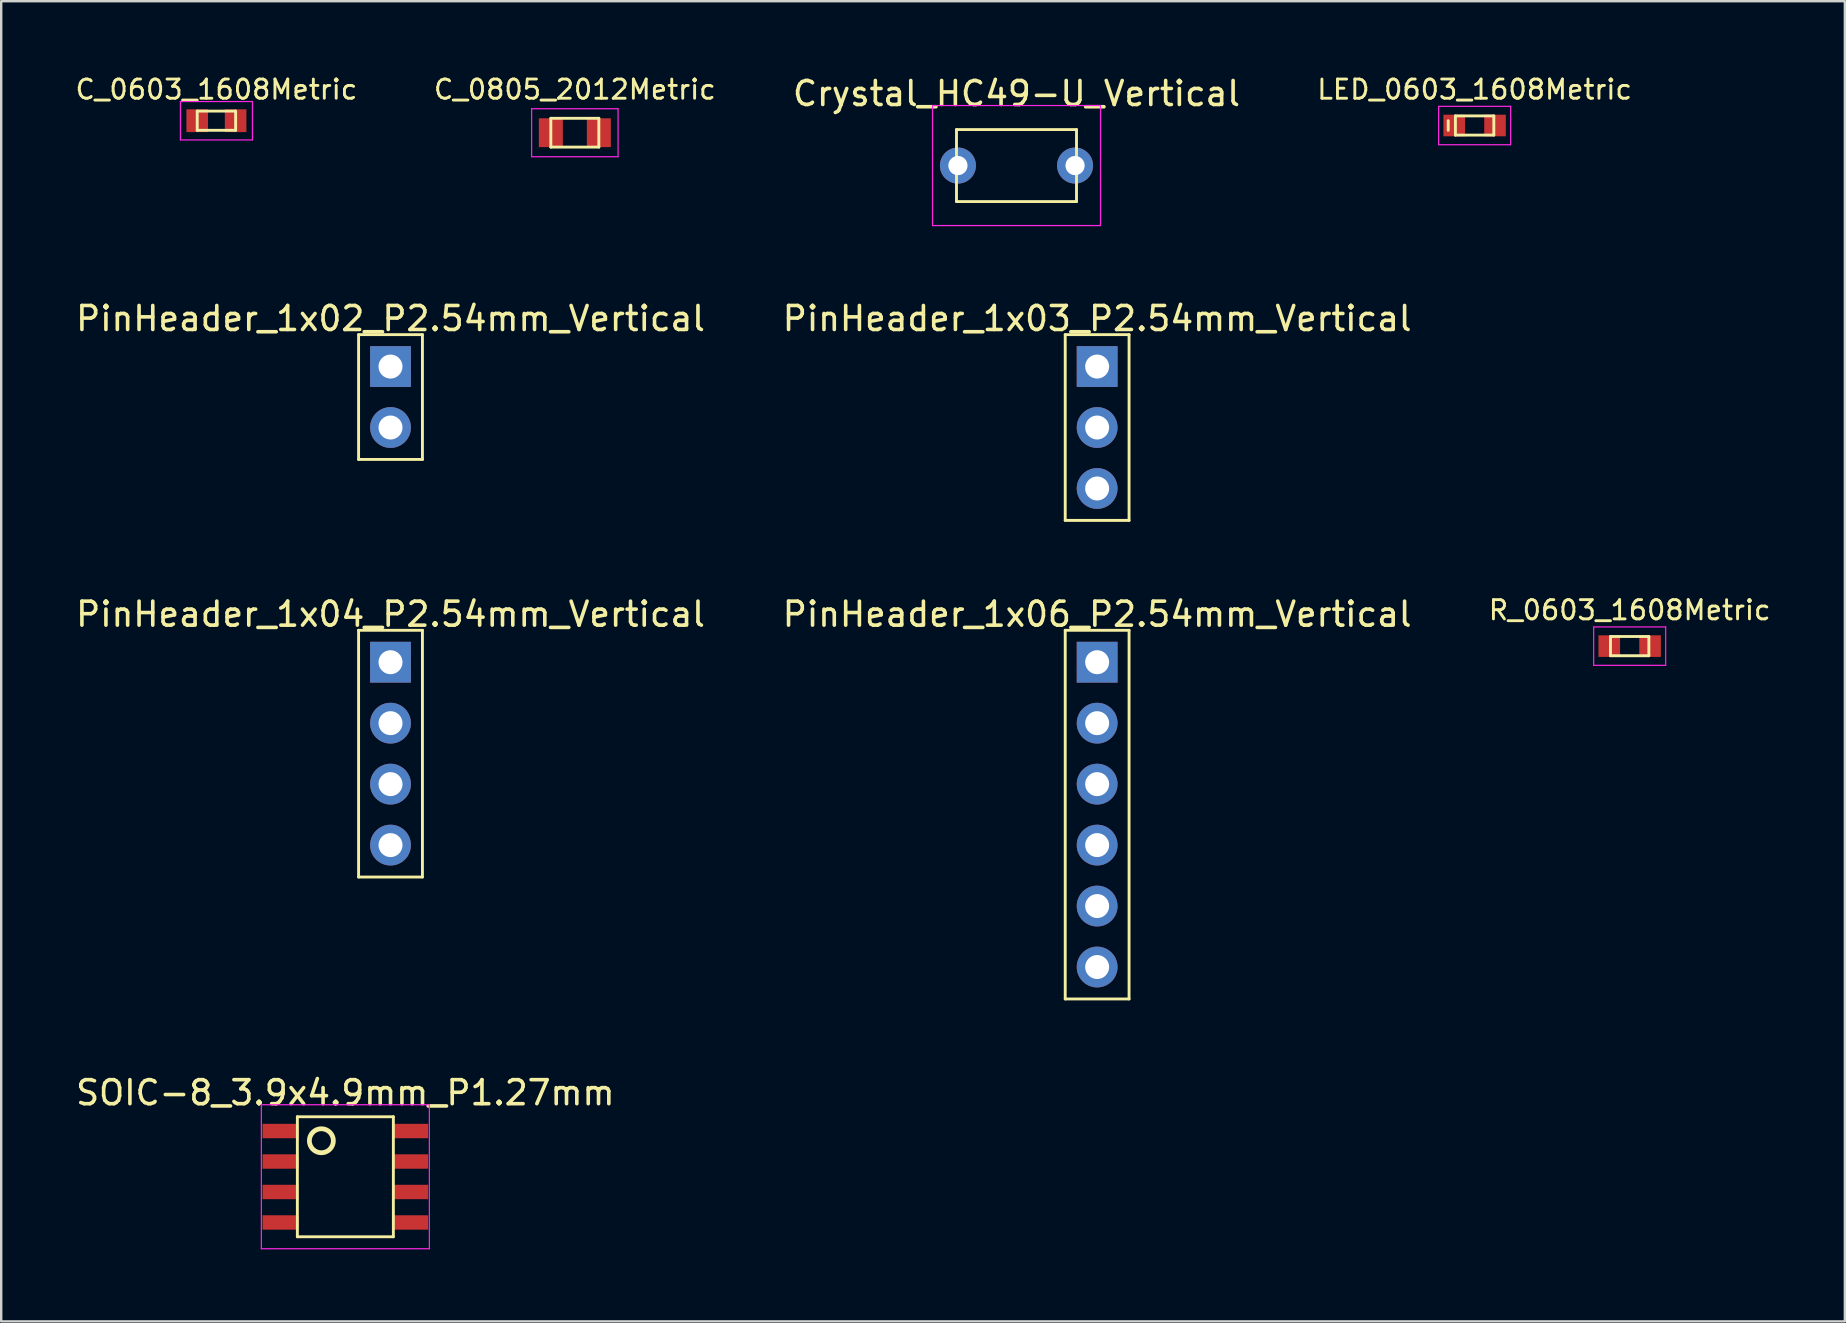
<source format=kicad_pcb>
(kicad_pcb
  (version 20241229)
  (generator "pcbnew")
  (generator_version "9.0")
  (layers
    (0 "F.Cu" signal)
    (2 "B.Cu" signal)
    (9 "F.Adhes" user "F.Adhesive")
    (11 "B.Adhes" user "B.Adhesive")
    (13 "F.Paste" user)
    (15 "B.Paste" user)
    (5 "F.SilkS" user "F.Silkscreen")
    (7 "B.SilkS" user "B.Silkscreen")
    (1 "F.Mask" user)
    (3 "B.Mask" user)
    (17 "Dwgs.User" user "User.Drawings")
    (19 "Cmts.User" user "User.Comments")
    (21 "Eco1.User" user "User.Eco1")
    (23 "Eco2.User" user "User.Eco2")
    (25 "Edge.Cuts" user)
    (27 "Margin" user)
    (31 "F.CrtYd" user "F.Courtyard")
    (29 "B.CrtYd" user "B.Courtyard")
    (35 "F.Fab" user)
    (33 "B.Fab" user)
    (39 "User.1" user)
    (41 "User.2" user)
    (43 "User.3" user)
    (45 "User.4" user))
  (footprint "C_0603_1608Metric"
    (layer "F.Cu")
    (at 5.967 1.979)
    (property "Reference" "C_0603_1608Metric" (at 0 -1.3 0) (layer "F.SilkS") (effects (font (size 0.8 0.8) (thickness 0.12))))
    (attr smd)
    (fp_line (start -0.8 -0.4) (end -0.8 0.4) (stroke (width 0.12) (type solid)) (layer "F.SilkS"))
    (fp_line (start -0.8 0.4) (end 0.8 0.4) (stroke (width 0.12) (type solid)) (layer "F.SilkS"))
    (fp_line (start 0.8 -0.4) (end -0.8 -0.4) (stroke (width 0.12) (type solid)) (layer "F.SilkS"))
    (fp_line (start 0.8 0.4) (end 0.8 -0.4) (stroke (width 0.12) (type solid)) (layer "F.SilkS"))
    (fp_line (start -1.5 -0.8) (end -1.5 0.8) (stroke (width 0.05) (type solid)) (layer "F.CrtYd"))
    (fp_line (start -1.5 0.8) (end 1.5 0.8) (stroke (width 0.05) (type solid)) (layer "F.CrtYd"))
    (fp_line (start 1.5 -0.8) (end -1.5 -0.8) (stroke (width 0.05) (type solid)) (layer "F.CrtYd"))
    (fp_line (start 1.5 0.8) (end 1.5 -0.8) (stroke (width 0.05) (type solid)) (layer "F.CrtYd"))
    (pad "1" smd rect (at -0.8 0) (size 0.9 0.95) (layers "F.Cu" "F.Mask" "F.Paste"))
    (pad "2" smd rect (at 0.8 0) (size 0.9 0.95) (layers "F.Cu" "F.Mask" "F.Paste")))
  (footprint "Crystal_HC49-U_Vertical"
    (layer "F.Cu")
    (at 39.301 3.848)
    (property "Reference" "Crystal_HC49-U_Vertical" (at 0 -3 0) (layer "F.SilkS") (effects (font (size 1 1) (thickness 0.15))))
    (attr through_hole)
    (fp_line (start -2.5 -1.5) (end -2.5 1.5) (stroke (width 0.12) (type solid)) (layer "F.SilkS"))
    (fp_line (start -2.5 1.5) (end 2.5 1.5) (stroke (width 0.12) (type solid)) (layer "F.SilkS"))
    (fp_line (start 2.5 -1.5) (end -2.5 -1.5) (stroke (width 0.12) (type solid)) (layer "F.SilkS"))
    (fp_line (start 2.5 1.5) (end 2.5 -1.5) (stroke (width 0.12) (type solid)) (layer "F.SilkS"))
    (fp_line (start -3.5 -2.5) (end -3.5 2.5) (stroke (width 0.05) (type solid)) (layer "F.CrtYd"))
    (fp_line (start -3.5 2.5) (end 3.5 2.5) (stroke (width 0.05) (type solid)) (layer "F.CrtYd"))
    (fp_line (start 3.5 -2.5) (end -3.5 -2.5) (stroke (width 0.05) (type solid)) (layer "F.CrtYd"))
    (fp_line (start 3.5 2.5) (end 3.5 -2.5) (stroke (width 0.05) (type solid)) (layer "F.CrtYd"))
    (pad "1" thru_hole circle (at -2.44 0) (size 1.5 1.5) (drill 0.8) (layers "*.Cu" "*.Mask"))
    (pad "2" thru_hole circle (at 2.44 0) (size 1.5 1.5) (drill 0.8) (layers "*.Cu" "*.Mask")))
  (footprint "SOIC-8_3.9x4.9mm_P1.27mm"
    (layer "F.Cu")
    (at 11.339 45.978)
    (property "Reference" "SOIC-8_3.9x4.9mm_P1.27mm" (at 0 -3.5 0) (layer "F.SilkS") (effects (font (size 1 1) (thickness 0.15))))
    (attr smd)
    (fp_line (start -2 -2.5) (end -2 2.5) (stroke (width 0.12) (type solid)) (layer "F.SilkS"))
    (fp_line (start -2 2.5) (end 2 2.5) (stroke (width 0.12) (type solid)) (layer "F.SilkS"))
    (fp_line (start 2 -2.5) (end -2 -2.5) (stroke (width 0.12) (type solid)) (layer "F.SilkS"))
    (fp_line (start 2 2.5) (end 2 -2.5) (stroke (width 0.12) (type solid)) (layer "F.SilkS"))
    (fp_circle (center -1 -1.5) (end -0.5 -1.5) (stroke (width 0.2) (type solid)) (fill no) (layer "F.SilkS"))
    (fp_line (start -3.5 -3) (end -3.5 3) (stroke (width 0.05) (type solid)) (layer "F.CrtYd"))
    (fp_line (start -3.5 3) (end 3.5 3) (stroke (width 0.05) (type solid)) (layer "F.CrtYd"))
    (fp_line (start 3.5 -3) (end -3.5 -3) (stroke (width 0.05) (type solid)) (layer "F.CrtYd"))
    (fp_line (start 3.5 3) (end 3.5 -3) (stroke (width 0.05) (type solid)) (layer "F.CrtYd"))
    (pad "1" smd rect (at -2.7 -1.905) (size 1.5 0.6) (layers "F.Cu" "F.Mask" "F.Paste"))
    (pad "2" smd rect (at -2.7 -0.635) (size 1.5 0.6) (layers "F.Cu" "F.Mask" "F.Paste"))
    (pad "3" smd rect (at -2.7 0.635) (size 1.5 0.6) (layers "F.Cu" "F.Mask" "F.Paste"))
    (pad "4" smd rect (at -2.7 1.905) (size 1.5 0.6) (layers "F.Cu" "F.Mask" "F.Paste"))
    (pad "5" smd rect (at 2.7 1.905) (size 1.5 0.6) (layers "F.Cu" "F.Mask" "F.Paste"))
    (pad "6" smd rect (at 2.7 0.635) (size 1.5 0.6) (layers "F.Cu" "F.Mask" "F.Paste"))
    (pad "7" smd rect (at 2.7 -0.635) (size 1.5 0.6) (layers "F.Cu" "F.Mask" "F.Paste"))
    (pad "8" smd rect (at 2.7 -1.905) (size 1.5 0.6) (layers "F.Cu" "F.Mask" "F.Paste")))
  (footprint "PinHeader_1x06_P2.54mm_Vertical"
    (layer "F.Cu")
    (at 42.661 24.54)
    (property "Reference" "PinHeader_1x06_P2.54mm_Vertical" (at 0 -2 0) (layer "F.SilkS") (effects (font (size 1 1) (thickness 0.15))))
    (attr through_hole)
    (fp_line (start -1.33 -1.33) (end -1.33 14.03) (stroke (width 0.12) (type solid)) (layer "F.SilkS"))
    (fp_line (start -1.33 14.03) (end 1.33 14.03) (stroke (width 0.12) (type solid)) (layer "F.SilkS"))
    (fp_line (start 1.33 -1.33) (end -1.33 -1.33) (stroke (width 0.12) (type solid)) (layer "F.SilkS"))
    (fp_line (start 1.33 14.03) (end 1.33 -1.33) (stroke (width 0.12) (type solid)) (layer "F.SilkS"))
    (pad "1" thru_hole rect (at 0 0) (size 1.7 1.7) (drill 1) (layers "*.Cu" "*.Mask"))
    (pad "2" thru_hole oval (at 0 2.54) (size 1.7 1.7) (drill 1) (layers "*.Cu" "*.Mask"))
    (pad "3" thru_hole oval (at 0 5.08) (size 1.7 1.7) (drill 1) (layers "*.Cu" "*.Mask"))
    (pad "4" thru_hole oval (at 0 7.62) (size 1.7 1.7) (drill 1) (layers "*.Cu" "*.Mask"))
    (pad "5" thru_hole oval (at 0 10.16) (size 1.7 1.7) (drill 1) (layers "*.Cu" "*.Mask"))
    (pad "6" thru_hole oval (at 0 12.7) (size 1.7 1.7) (drill 1) (layers "*.Cu" "*.Mask")))
  (footprint "LED_0603_1608Metric"
    (layer "F.Cu")
    (at 58.388 2.179)
    (property "Reference" "LED_0603_1608Metric" (at 0 -1.5 0) (layer "F.SilkS") (effects (font (size 0.8 0.8) (thickness 0.12))))
    (attr smd)
    (fp_line (start -1.1 -0.2) (end -1.1 0.2) (stroke (width 0.12) (type solid)) (layer "F.SilkS"))
    (fp_line (start -0.8 -0.4) (end -0.8 0.4) (stroke (width 0.12) (type solid)) (layer "F.SilkS"))
    (fp_line (start -0.8 0.4) (end 0.8 0.4) (stroke (width 0.12) (type solid)) (layer "F.SilkS"))
    (fp_line (start 0.8 -0.4) (end -0.8 -0.4) (stroke (width 0.12) (type solid)) (layer "F.SilkS"))
    (fp_line (start 0.8 0.4) (end 0.8 -0.4) (stroke (width 0.12) (type solid)) (layer "F.SilkS"))
    (fp_line (start -1.5 -0.8) (end -1.5 0.8) (stroke (width 0.05) (type solid)) (layer "F.CrtYd"))
    (fp_line (start -1.5 0.8) (end 1.5 0.8) (stroke (width 0.05) (type solid)) (layer "F.CrtYd"))
    (fp_line (start 1.5 -0.8) (end -1.5 -0.8) (stroke (width 0.05) (type solid)) (layer "F.CrtYd"))
    (fp_line (start 1.5 0.8) (end 1.5 -0.8) (stroke (width 0.05) (type solid)) (layer "F.CrtYd"))
    (pad "1" smd rect (at -0.85 0) (size 0.9 0.9) (layers "F.Cu" "F.Mask" "F.Paste"))
    (pad "2" smd rect (at 0.85 0) (size 0.9 0.9) (layers "F.Cu" "F.Mask" "F.Paste")))
  (footprint "PinHeader_1x03_P2.54mm_Vertical"
    (layer "F.Cu")
    (at 42.661 12.222)
    (property "Reference" "PinHeader_1x03_P2.54mm_Vertical" (at 0 -2 0) (layer "F.SilkS") (effects (font (size 1 1) (thickness 0.15))))
    (attr through_hole)
    (fp_line (start -1.33 -1.33) (end -1.33 6.41) (stroke (width 0.12) (type solid)) (layer "F.SilkS"))
    (fp_line (start -1.33 6.41) (end 1.33 6.41) (stroke (width 0.12) (type solid)) (layer "F.SilkS"))
    (fp_line (start 1.33 -1.33) (end -1.33 -1.33) (stroke (width 0.12) (type solid)) (layer "F.SilkS"))
    (fp_line (start 1.33 6.41) (end 1.33 -1.33) (stroke (width 0.12) (type solid)) (layer "F.SilkS"))
    (pad "1" thru_hole rect (at 0 0) (size 1.7 1.7) (drill 1) (layers "*.Cu" "*.Mask"))
    (pad "2" thru_hole oval (at 0 2.54) (size 1.7 1.7) (drill 1) (layers "*.Cu" "*.Mask"))
    (pad "3" thru_hole oval (at 0 5.08) (size 1.7 1.7) (drill 1) (layers "*.Cu" "*.Mask")))
  (footprint "PinHeader_1x04_P2.54mm_Vertical"
    (layer "F.Cu")
    (at 13.22 24.54)
    (property "Reference" "PinHeader_1x04_P2.54mm_Vertical" (at 0 -2 0) (layer "F.SilkS") (effects (font (size 1 1) (thickness 0.15))))
    (attr through_hole)
    (fp_line (start -1.33 -1.33) (end -1.33 8.95) (stroke (width 0.12) (type solid)) (layer "F.SilkS"))
    (fp_line (start -1.33 8.95) (end 1.33 8.95) (stroke (width 0.12) (type solid)) (layer "F.SilkS"))
    (fp_line (start 1.33 -1.33) (end -1.33 -1.33) (stroke (width 0.12) (type solid)) (layer "F.SilkS"))
    (fp_line (start 1.33 8.95) (end 1.33 -1.33) (stroke (width 0.12) (type solid)) (layer "F.SilkS"))
    (pad "1" thru_hole rect (at 0 0) (size 1.7 1.7) (drill 1) (layers "*.Cu" "*.Mask"))
    (pad "2" thru_hole oval (at 0 2.54) (size 1.7 1.7) (drill 1) (layers "*.Cu" "*.Mask"))
    (pad "3" thru_hole oval (at 0 5.08) (size 1.7 1.7) (drill 1) (layers "*.Cu" "*.Mask"))
    (pad "4" thru_hole oval (at 0 7.62) (size 1.7 1.7) (drill 1) (layers "*.Cu" "*.Mask")))
  (footprint "C_0805_2012Metric"
    (layer "F.Cu")
    (at 20.9 2.479)
    (property "Reference" "C_0805_2012Metric" (at 0 -1.8 0) (layer "F.SilkS") (effects (font (size 0.8 0.8) (thickness 0.12))))
    (attr smd)
    (fp_line (start -1 -0.6) (end -1 0.6) (stroke (width 0.12) (type solid)) (layer "F.SilkS"))
    (fp_line (start -1 0.6) (end 1 0.6) (stroke (width 0.12) (type solid)) (layer "F.SilkS"))
    (fp_line (start 1 -0.6) (end -1 -0.6) (stroke (width 0.12) (type solid)) (layer "F.SilkS"))
    (fp_line (start 1 0.6) (end 1 -0.6) (stroke (width 0.12) (type solid)) (layer "F.SilkS"))
    (fp_line (start -1.8 -1) (end -1.8 1) (stroke (width 0.05) (type solid)) (layer "F.CrtYd"))
    (fp_line (start -1.8 1) (end 1.8 1) (stroke (width 0.05) (type solid)) (layer "F.CrtYd"))
    (fp_line (start 1.8 -1) (end -1.8 -1) (stroke (width 0.05) (type solid)) (layer "F.CrtYd"))
    (fp_line (start 1.8 1) (end 1.8 -1) (stroke (width 0.05) (type solid)) (layer "F.CrtYd"))
    (pad "1" smd rect (at -1 0) (size 1 1.2) (layers "F.Cu" "F.Mask" "F.Paste"))
    (pad "2" smd rect (at 1 0) (size 1 1.2) (layers "F.Cu" "F.Mask" "F.Paste")))
  (footprint "R_0603_1608Metric"
    (layer "F.Cu")
    (at 64.848 23.87)
    (property "Reference" "R_0603_1608Metric" (at 0 -1.5 0) (layer "F.SilkS") (effects (font (size 0.8 0.8) (thickness 0.12))))
    (attr smd)
    (fp_line (start -0.8 -0.4) (end -0.8 0.4) (stroke (width 0.12) (type solid)) (layer "F.SilkS"))
    (fp_line (start -0.8 0.4) (end 0.8 0.4) (stroke (width 0.12) (type solid)) (layer "F.SilkS"))
    (fp_line (start 0.8 -0.4) (end -0.8 -0.4) (stroke (width 0.12) (type solid)) (layer "F.SilkS"))
    (fp_line (start 0.8 0.4) (end 0.8 -0.4) (stroke (width 0.12) (type solid)) (layer "F.SilkS"))
    (fp_line (start -1.5 -0.8) (end -1.5 0.8) (stroke (width 0.05) (type solid)) (layer "F.CrtYd"))
    (fp_line (start -1.5 0.8) (end 1.5 0.8) (stroke (width 0.05) (type solid)) (layer "F.CrtYd"))
    (fp_line (start 1.5 -0.8) (end -1.5 -0.8) (stroke (width 0.05) (type solid)) (layer "F.CrtYd"))
    (fp_line (start 1.5 0.8) (end 1.5 -0.8) (stroke (width 0.05) (type solid)) (layer "F.CrtYd"))
    (pad "1" smd rect (at -0.85 0) (size 0.9 0.9) (layers "F.Cu" "F.Mask" "F.Paste"))
    (pad "2" smd rect (at 0.85 0) (size 0.9 0.9) (layers "F.Cu" "F.Mask" "F.Paste")))
  (footprint "PinHeader_1x02_P2.54mm_Vertical"
    (layer "F.Cu")
    (at 13.22 12.222)
    (property "Reference" "PinHeader_1x02_P2.54mm_Vertical" (at 0 -2 0) (layer "F.SilkS") (effects (font (size 1 1) (thickness 0.15))))
    (attr through_hole)
    (fp_line (start -1.33 -1.33) (end -1.33 3.87) (stroke (width 0.12) (type solid)) (layer "F.SilkS"))
    (fp_line (start -1.33 3.87) (end 1.33 3.87) (stroke (width 0.12) (type solid)) (layer "F.SilkS"))
    (fp_line (start 1.33 -1.33) (end -1.33 -1.33) (stroke (width 0.12) (type solid)) (layer "F.SilkS"))
    (fp_line (start 1.33 3.87) (end 1.33 -1.33) (stroke (width 0.12) (type solid)) (layer "F.SilkS"))
    (pad "1" thru_hole rect (at 0 0) (size 1.7 1.7) (drill 1) (layers "*.Cu" "*.Mask"))
    (pad "2" thru_hole oval (at 0 2.54) (size 1.7 1.7) (drill 1) (layers "*.Cu" "*.Mask")))
  (gr_rect
    (start -3 -3)
    (end 73.814 52.003)
    (stroke (width 0.1) (type default))
    (fill no)
    (layer "Edge.Cuts")))
</source>
